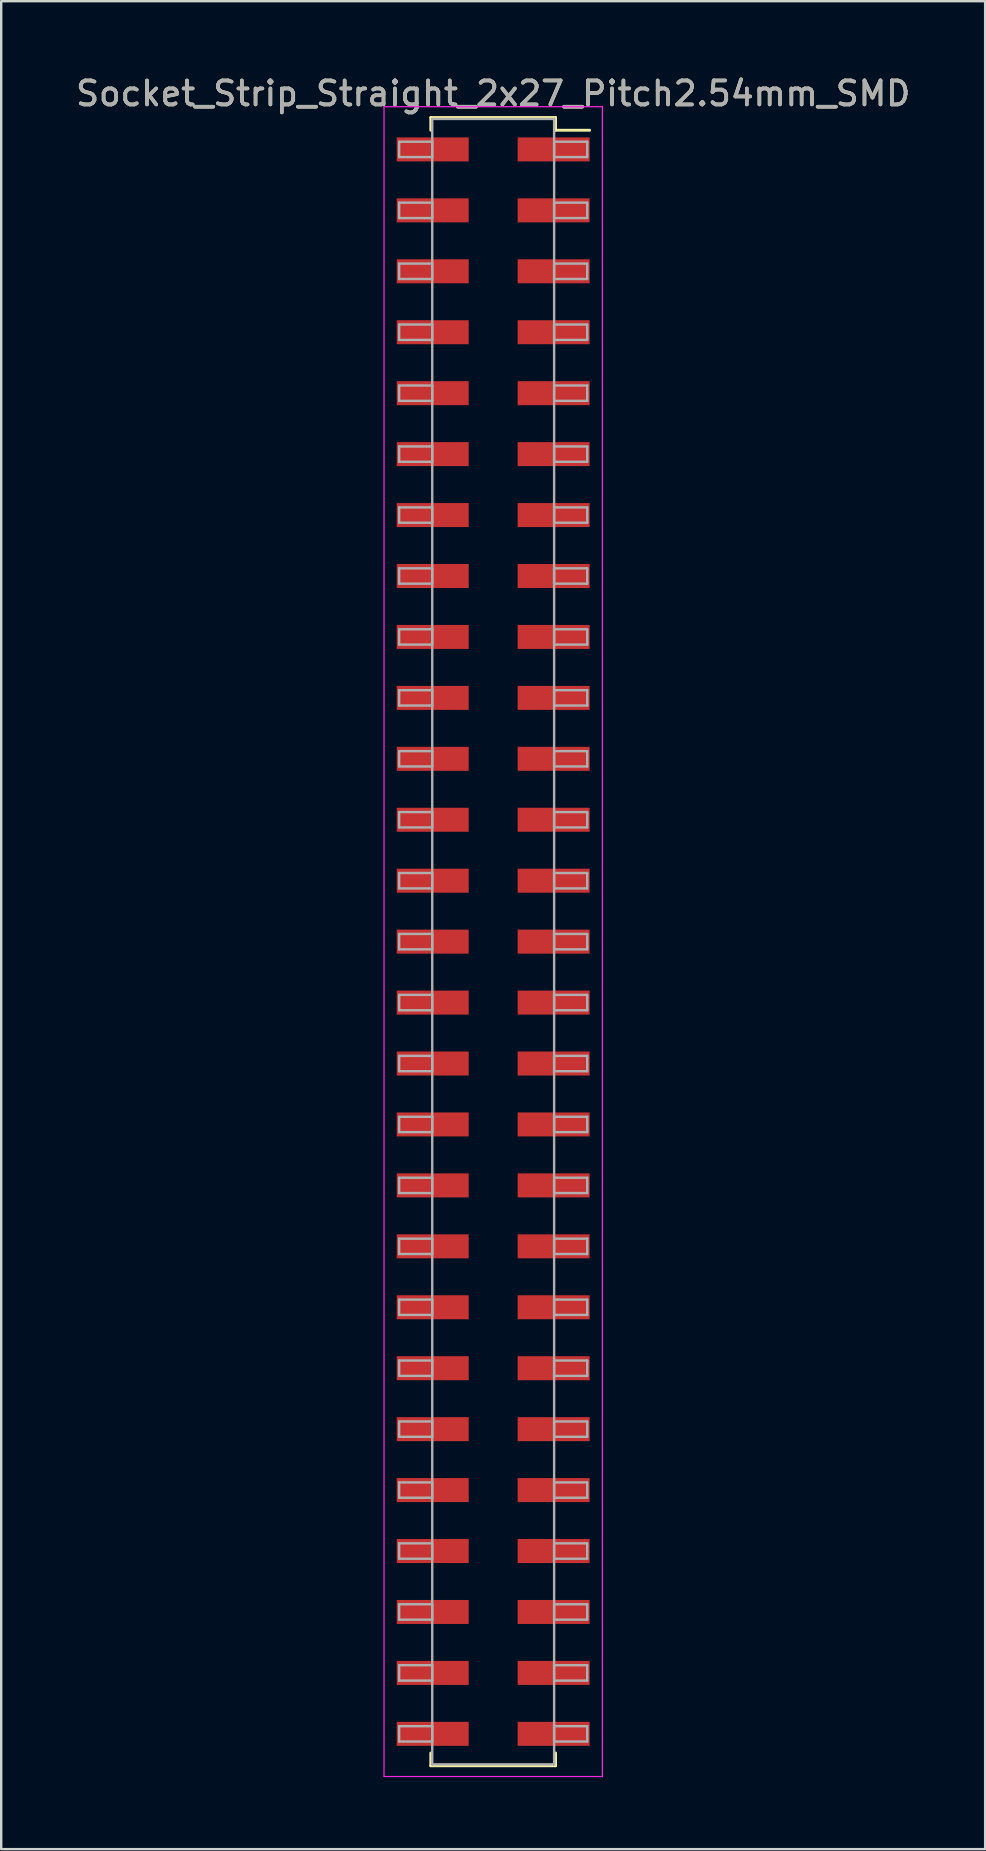
<source format=kicad_pcb>
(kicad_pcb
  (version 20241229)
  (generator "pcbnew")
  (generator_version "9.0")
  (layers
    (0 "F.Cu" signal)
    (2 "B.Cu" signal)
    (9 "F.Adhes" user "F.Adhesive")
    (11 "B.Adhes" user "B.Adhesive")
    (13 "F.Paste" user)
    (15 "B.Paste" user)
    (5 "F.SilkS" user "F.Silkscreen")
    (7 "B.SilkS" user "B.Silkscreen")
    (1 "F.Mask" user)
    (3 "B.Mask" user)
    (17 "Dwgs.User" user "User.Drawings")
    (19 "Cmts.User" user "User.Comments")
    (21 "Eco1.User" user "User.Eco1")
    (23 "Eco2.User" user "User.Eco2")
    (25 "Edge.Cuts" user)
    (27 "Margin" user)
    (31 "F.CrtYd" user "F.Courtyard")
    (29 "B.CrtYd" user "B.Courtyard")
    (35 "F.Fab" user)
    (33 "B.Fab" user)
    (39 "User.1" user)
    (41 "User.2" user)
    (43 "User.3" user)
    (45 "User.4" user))
  (footprint "Socket_Strip_Straight_2x27_Pitch2.54mm_SMD"
    (layer "F.Cu")
    (at 17.506 36.198)
    (property "Reference" "Socket_Strip_Straight_2x27_Pitch2.54mm_SMD" (at 0 -35.35 0) (layer "F.SilkS") (effects (font (size 1 1) (thickness 0.15))))
    (attr smd)
    (fp_line (start -2.6 -34.35) (end 2.6 -34.35) (stroke (width 0.12) (type solid)) (layer "F.SilkS"))
    (fp_line (start -2.6 -33.82) (end -2.6 -34.35) (stroke (width 0.12) (type solid)) (layer "F.SilkS"))
    (fp_line (start -2.6 33.82) (end -2.6 34.35) (stroke (width 0.12) (type solid)) (layer "F.SilkS"))
    (fp_line (start -2.6 34.35) (end 2.6 34.35) (stroke (width 0.12) (type solid)) (layer "F.SilkS"))
    (fp_line (start 2.6 -34.35) (end 2.6 -33.82) (stroke (width 0.12) (type solid)) (layer "F.SilkS"))
    (fp_line (start 2.6 34.35) (end 2.6 33.82) (stroke (width 0.12) (type solid)) (layer "F.SilkS"))
    (fp_line (start 4.02 -33.82) (end 2.6 -33.82) (stroke (width 0.12) (type solid)) (layer "F.SilkS"))
    (fp_line (start -4.55 -34.8) (end -4.55 34.8) (stroke (width 0.05) (type solid)) (layer "F.CrtYd"))
    (fp_line (start -4.55 34.8) (end 4.55 34.8) (stroke (width 0.05) (type solid)) (layer "F.CrtYd"))
    (fp_line (start 4.55 -34.8) (end -4.55 -34.8) (stroke (width 0.05) (type solid)) (layer "F.CrtYd"))
    (fp_line (start 4.55 34.8) (end 4.55 -34.8) (stroke (width 0.05) (type solid)) (layer "F.CrtYd"))
    (fp_line (start -3.92 -33.34) (end -2.54 -33.34) (stroke (width 0.1) (type solid)) (layer "F.Fab"))
    (fp_line (start -3.92 -32.7) (end -3.92 -33.34) (stroke (width 0.1) (type solid)) (layer "F.Fab"))
    (fp_line (start -3.92 -30.8) (end -2.54 -30.8) (stroke (width 0.1) (type solid)) (layer "F.Fab"))
    (fp_line (start -3.92 -30.16) (end -3.92 -30.8) (stroke (width 0.1) (type solid)) (layer "F.Fab"))
    (fp_line (start -3.92 -28.26) (end -2.54 -28.26) (stroke (width 0.1) (type solid)) (layer "F.Fab"))
    (fp_line (start -3.92 -27.62) (end -3.92 -28.26) (stroke (width 0.1) (type solid)) (layer "F.Fab"))
    (fp_line (start -3.92 -25.72) (end -2.54 -25.72) (stroke (width 0.1) (type solid)) (layer "F.Fab"))
    (fp_line (start -3.92 -25.08) (end -3.92 -25.72) (stroke (width 0.1) (type solid)) (layer "F.Fab"))
    (fp_line (start -3.92 -23.18) (end -2.54 -23.18) (stroke (width 0.1) (type solid)) (layer "F.Fab"))
    (fp_line (start -3.92 -22.54) (end -3.92 -23.18) (stroke (width 0.1) (type solid)) (layer "F.Fab"))
    (fp_line (start -3.92 -20.64) (end -2.54 -20.64) (stroke (width 0.1) (type solid)) (layer "F.Fab"))
    (fp_line (start -3.92 -20) (end -3.92 -20.64) (stroke (width 0.1) (type solid)) (layer "F.Fab"))
    (fp_line (start -3.92 -18.1) (end -2.54 -18.1) (stroke (width 0.1) (type solid)) (layer "F.Fab"))
    (fp_line (start -3.92 -17.46) (end -3.92 -18.1) (stroke (width 0.1) (type solid)) (layer "F.Fab"))
    (fp_line (start -3.92 -15.56) (end -2.54 -15.56) (stroke (width 0.1) (type solid)) (layer "F.Fab"))
    (fp_line (start -3.92 -14.92) (end -3.92 -15.56) (stroke (width 0.1) (type solid)) (layer "F.Fab"))
    (fp_line (start -3.92 -13.02) (end -2.54 -13.02) (stroke (width 0.1) (type solid)) (layer "F.Fab"))
    (fp_line (start -3.92 -12.38) (end -3.92 -13.02) (stroke (width 0.1) (type solid)) (layer "F.Fab"))
    (fp_line (start -3.92 -10.48) (end -2.54 -10.48) (stroke (width 0.1) (type solid)) (layer "F.Fab"))
    (fp_line (start -3.92 -9.84) (end -3.92 -10.48) (stroke (width 0.1) (type solid)) (layer "F.Fab"))
    (fp_line (start -3.92 -7.94) (end -2.54 -7.94) (stroke (width 0.1) (type solid)) (layer "F.Fab"))
    (fp_line (start -3.92 -7.3) (end -3.92 -7.94) (stroke (width 0.1) (type solid)) (layer "F.Fab"))
    (fp_line (start -3.92 -5.4) (end -2.54 -5.4) (stroke (width 0.1) (type solid)) (layer "F.Fab"))
    (fp_line (start -3.92 -4.76) (end -3.92 -5.4) (stroke (width 0.1) (type solid)) (layer "F.Fab"))
    (fp_line (start -3.92 -2.86) (end -2.54 -2.86) (stroke (width 0.1) (type solid)) (layer "F.Fab"))
    (fp_line (start -3.92 -2.22) (end -3.92 -2.86) (stroke (width 0.1) (type solid)) (layer "F.Fab"))
    (fp_line (start -3.92 -0.32) (end -2.54 -0.32) (stroke (width 0.1) (type solid)) (layer "F.Fab"))
    (fp_line (start -3.92 0.32) (end -3.92 -0.32) (stroke (width 0.1) (type solid)) (layer "F.Fab"))
    (fp_line (start -3.92 2.22) (end -2.54 2.22) (stroke (width 0.1) (type solid)) (layer "F.Fab"))
    (fp_line (start -3.92 2.86) (end -3.92 2.22) (stroke (width 0.1) (type solid)) (layer "F.Fab"))
    (fp_line (start -3.92 4.76) (end -2.54 4.76) (stroke (width 0.1) (type solid)) (layer "F.Fab"))
    (fp_line (start -3.92 5.4) (end -3.92 4.76) (stroke (width 0.1) (type solid)) (layer "F.Fab"))
    (fp_line (start -3.92 7.3) (end -2.54 7.3) (stroke (width 0.1) (type solid)) (layer "F.Fab"))
    (fp_line (start -3.92 7.94) (end -3.92 7.3) (stroke (width 0.1) (type solid)) (layer "F.Fab"))
    (fp_line (start -3.92 9.84) (end -2.54 9.84) (stroke (width 0.1) (type solid)) (layer "F.Fab"))
    (fp_line (start -3.92 10.48) (end -3.92 9.84) (stroke (width 0.1) (type solid)) (layer "F.Fab"))
    (fp_line (start -3.92 12.38) (end -2.54 12.38) (stroke (width 0.1) (type solid)) (layer "F.Fab"))
    (fp_line (start -3.92 13.02) (end -3.92 12.38) (stroke (width 0.1) (type solid)) (layer "F.Fab"))
    (fp_line (start -3.92 14.92) (end -2.54 14.92) (stroke (width 0.1) (type solid)) (layer "F.Fab"))
    (fp_line (start -3.92 15.56) (end -3.92 14.92) (stroke (width 0.1) (type solid)) (layer "F.Fab"))
    (fp_line (start -3.92 17.46) (end -2.54 17.46) (stroke (width 0.1) (type solid)) (layer "F.Fab"))
    (fp_line (start -3.92 18.1) (end -3.92 17.46) (stroke (width 0.1) (type solid)) (layer "F.Fab"))
    (fp_line (start -3.92 20) (end -2.54 20) (stroke (width 0.1) (type solid)) (layer "F.Fab"))
    (fp_line (start -3.92 20.64) (end -3.92 20) (stroke (width 0.1) (type solid)) (layer "F.Fab"))
    (fp_line (start -3.92 22.54) (end -2.54 22.54) (stroke (width 0.1) (type solid)) (layer "F.Fab"))
    (fp_line (start -3.92 23.18) (end -3.92 22.54) (stroke (width 0.1) (type solid)) (layer "F.Fab"))
    (fp_line (start -3.92 25.08) (end -2.54 25.08) (stroke (width 0.1) (type solid)) (layer "F.Fab"))
    (fp_line (start -3.92 25.72) (end -3.92 25.08) (stroke (width 0.1) (type solid)) (layer "F.Fab"))
    (fp_line (start -3.92 27.62) (end -2.54 27.62) (stroke (width 0.1) (type solid)) (layer "F.Fab"))
    (fp_line (start -3.92 28.26) (end -3.92 27.62) (stroke (width 0.1) (type solid)) (layer "F.Fab"))
    (fp_line (start -3.92 30.16) (end -2.54 30.16) (stroke (width 0.1) (type solid)) (layer "F.Fab"))
    (fp_line (start -3.92 30.8) (end -3.92 30.16) (stroke (width 0.1) (type solid)) (layer "F.Fab"))
    (fp_line (start -3.92 32.7) (end -2.54 32.7) (stroke (width 0.1) (type solid)) (layer "F.Fab"))
    (fp_line (start -3.92 33.34) (end -3.92 32.7) (stroke (width 0.1) (type solid)) (layer "F.Fab"))
    (fp_line (start -2.54 -34.29) (end -2.54 34.29) (stroke (width 0.1) (type solid)) (layer "F.Fab"))
    (fp_line (start -2.54 -33.34) (end -2.54 -32.7) (stroke (width 0.1) (type solid)) (layer "F.Fab"))
    (fp_line (start -2.54 -32.7) (end -3.92 -32.7) (stroke (width 0.1) (type solid)) (layer "F.Fab"))
    (fp_line (start -2.54 -30.8) (end -2.54 -30.16) (stroke (width 0.1) (type solid)) (layer "F.Fab"))
    (fp_line (start -2.54 -30.16) (end -3.92 -30.16) (stroke (width 0.1) (type solid)) (layer "F.Fab"))
    (fp_line (start -2.54 -28.26) (end -2.54 -27.62) (stroke (width 0.1) (type solid)) (layer "F.Fab"))
    (fp_line (start -2.54 -27.62) (end -3.92 -27.62) (stroke (width 0.1) (type solid)) (layer "F.Fab"))
    (fp_line (start -2.54 -25.72) (end -2.54 -25.08) (stroke (width 0.1) (type solid)) (layer "F.Fab"))
    (fp_line (start -2.54 -25.08) (end -3.92 -25.08) (stroke (width 0.1) (type solid)) (layer "F.Fab"))
    (fp_line (start -2.54 -23.18) (end -2.54 -22.54) (stroke (width 0.1) (type solid)) (layer "F.Fab"))
    (fp_line (start -2.54 -22.54) (end -3.92 -22.54) (stroke (width 0.1) (type solid)) (layer "F.Fab"))
    (fp_line (start -2.54 -20.64) (end -2.54 -20) (stroke (width 0.1) (type solid)) (layer "F.Fab"))
    (fp_line (start -2.54 -20) (end -3.92 -20) (stroke (width 0.1) (type solid)) (layer "F.Fab"))
    (fp_line (start -2.54 -18.1) (end -2.54 -17.46) (stroke (width 0.1) (type solid)) (layer "F.Fab"))
    (fp_line (start -2.54 -17.46) (end -3.92 -17.46) (stroke (width 0.1) (type solid)) (layer "F.Fab"))
    (fp_line (start -2.54 -15.56) (end -2.54 -14.92) (stroke (width 0.1) (type solid)) (layer "F.Fab"))
    (fp_line (start -2.54 -14.92) (end -3.92 -14.92) (stroke (width 0.1) (type solid)) (layer "F.Fab"))
    (fp_line (start -2.54 -13.02) (end -2.54 -12.38) (stroke (width 0.1) (type solid)) (layer "F.Fab"))
    (fp_line (start -2.54 -12.38) (end -3.92 -12.38) (stroke (width 0.1) (type solid)) (layer "F.Fab"))
    (fp_line (start -2.54 -10.48) (end -2.54 -9.84) (stroke (width 0.1) (type solid)) (layer "F.Fab"))
    (fp_line (start -2.54 -9.84) (end -3.92 -9.84) (stroke (width 0.1) (type solid)) (layer "F.Fab"))
    (fp_line (start -2.54 -7.94) (end -2.54 -7.3) (stroke (width 0.1) (type solid)) (layer "F.Fab"))
    (fp_line (start -2.54 -7.3) (end -3.92 -7.3) (stroke (width 0.1) (type solid)) (layer "F.Fab"))
    (fp_line (start -2.54 -5.4) (end -2.54 -4.76) (stroke (width 0.1) (type solid)) (layer "F.Fab"))
    (fp_line (start -2.54 -4.76) (end -3.92 -4.76) (stroke (width 0.1) (type solid)) (layer "F.Fab"))
    (fp_line (start -2.54 -2.86) (end -2.54 -2.22) (stroke (width 0.1) (type solid)) (layer "F.Fab"))
    (fp_line (start -2.54 -2.22) (end -3.92 -2.22) (stroke (width 0.1) (type solid)) (layer "F.Fab"))
    (fp_line (start -2.54 -0.32) (end -2.54 0.32) (stroke (width 0.1) (type solid)) (layer "F.Fab"))
    (fp_line (start -2.54 0.32) (end -3.92 0.32) (stroke (width 0.1) (type solid)) (layer "F.Fab"))
    (fp_line (start -2.54 2.22) (end -2.54 2.86) (stroke (width 0.1) (type solid)) (layer "F.Fab"))
    (fp_line (start -2.54 2.86) (end -3.92 2.86) (stroke (width 0.1) (type solid)) (layer "F.Fab"))
    (fp_line (start -2.54 4.76) (end -2.54 5.4) (stroke (width 0.1) (type solid)) (layer "F.Fab"))
    (fp_line (start -2.54 5.4) (end -3.92 5.4) (stroke (width 0.1) (type solid)) (layer "F.Fab"))
    (fp_line (start -2.54 7.3) (end -2.54 7.94) (stroke (width 0.1) (type solid)) (layer "F.Fab"))
    (fp_line (start -2.54 7.94) (end -3.92 7.94) (stroke (width 0.1) (type solid)) (layer "F.Fab"))
    (fp_line (start -2.54 9.84) (end -2.54 10.48) (stroke (width 0.1) (type solid)) (layer "F.Fab"))
    (fp_line (start -2.54 10.48) (end -3.92 10.48) (stroke (width 0.1) (type solid)) (layer "F.Fab"))
    (fp_line (start -2.54 12.38) (end -2.54 13.02) (stroke (width 0.1) (type solid)) (layer "F.Fab"))
    (fp_line (start -2.54 13.02) (end -3.92 13.02) (stroke (width 0.1) (type solid)) (layer "F.Fab"))
    (fp_line (start -2.54 14.92) (end -2.54 15.56) (stroke (width 0.1) (type solid)) (layer "F.Fab"))
    (fp_line (start -2.54 15.56) (end -3.92 15.56) (stroke (width 0.1) (type solid)) (layer "F.Fab"))
    (fp_line (start -2.54 17.46) (end -2.54 18.1) (stroke (width 0.1) (type solid)) (layer "F.Fab"))
    (fp_line (start -2.54 18.1) (end -3.92 18.1) (stroke (width 0.1) (type solid)) (layer "F.Fab"))
    (fp_line (start -2.54 20) (end -2.54 20.64) (stroke (width 0.1) (type solid)) (layer "F.Fab"))
    (fp_line (start -2.54 20.64) (end -3.92 20.64) (stroke (width 0.1) (type solid)) (layer "F.Fab"))
    (fp_line (start -2.54 22.54) (end -2.54 23.18) (stroke (width 0.1) (type solid)) (layer "F.Fab"))
    (fp_line (start -2.54 23.18) (end -3.92 23.18) (stroke (width 0.1) (type solid)) (layer "F.Fab"))
    (fp_line (start -2.54 25.08) (end -2.54 25.72) (stroke (width 0.1) (type solid)) (layer "F.Fab"))
    (fp_line (start -2.54 25.72) (end -3.92 25.72) (stroke (width 0.1) (type solid)) (layer "F.Fab"))
    (fp_line (start -2.54 27.62) (end -2.54 28.26) (stroke (width 0.1) (type solid)) (layer "F.Fab"))
    (fp_line (start -2.54 28.26) (end -3.92 28.26) (stroke (width 0.1) (type solid)) (layer "F.Fab"))
    (fp_line (start -2.54 30.16) (end -2.54 30.8) (stroke (width 0.1) (type solid)) (layer "F.Fab"))
    (fp_line (start -2.54 30.8) (end -3.92 30.8) (stroke (width 0.1) (type solid)) (layer "F.Fab"))
    (fp_line (start -2.54 32.7) (end -2.54 33.34) (stroke (width 0.1) (type solid)) (layer "F.Fab"))
    (fp_line (start -2.54 33.34) (end -3.92 33.34) (stroke (width 0.1) (type solid)) (layer "F.Fab"))
    (fp_line (start -2.54 34.29) (end 2.54 34.29) (stroke (width 0.1) (type solid)) (layer "F.Fab"))
    (fp_line (start 2.54 -34.29) (end -2.54 -34.29) (stroke (width 0.1) (type solid)) (layer "F.Fab"))
    (fp_line (start 2.54 -33.34) (end 2.54 -32.7) (stroke (width 0.1) (type solid)) (layer "F.Fab"))
    (fp_line (start 2.54 -32.7) (end 3.92 -32.7) (stroke (width 0.1) (type solid)) (layer "F.Fab"))
    (fp_line (start 2.54 -30.8) (end 2.54 -30.16) (stroke (width 0.1) (type solid)) (layer "F.Fab"))
    (fp_line (start 2.54 -30.16) (end 3.92 -30.16) (stroke (width 0.1) (type solid)) (layer "F.Fab"))
    (fp_line (start 2.54 -28.26) (end 2.54 -27.62) (stroke (width 0.1) (type solid)) (layer "F.Fab"))
    (fp_line (start 2.54 -27.62) (end 3.92 -27.62) (stroke (width 0.1) (type solid)) (layer "F.Fab"))
    (fp_line (start 2.54 -25.72) (end 2.54 -25.08) (stroke (width 0.1) (type solid)) (layer "F.Fab"))
    (fp_line (start 2.54 -25.08) (end 3.92 -25.08) (stroke (width 0.1) (type solid)) (layer "F.Fab"))
    (fp_line (start 2.54 -23.18) (end 2.54 -22.54) (stroke (width 0.1) (type solid)) (layer "F.Fab"))
    (fp_line (start 2.54 -22.54) (end 3.92 -22.54) (stroke (width 0.1) (type solid)) (layer "F.Fab"))
    (fp_line (start 2.54 -20.64) (end 2.54 -20) (stroke (width 0.1) (type solid)) (layer "F.Fab"))
    (fp_line (start 2.54 -20) (end 3.92 -20) (stroke (width 0.1) (type solid)) (layer "F.Fab"))
    (fp_line (start 2.54 -18.1) (end 2.54 -17.46) (stroke (width 0.1) (type solid)) (layer "F.Fab"))
    (fp_line (start 2.54 -17.46) (end 3.92 -17.46) (stroke (width 0.1) (type solid)) (layer "F.Fab"))
    (fp_line (start 2.54 -15.56) (end 2.54 -14.92) (stroke (width 0.1) (type solid)) (layer "F.Fab"))
    (fp_line (start 2.54 -14.92) (end 3.92 -14.92) (stroke (width 0.1) (type solid)) (layer "F.Fab"))
    (fp_line (start 2.54 -13.02) (end 2.54 -12.38) (stroke (width 0.1) (type solid)) (layer "F.Fab"))
    (fp_line (start 2.54 -12.38) (end 3.92 -12.38) (stroke (width 0.1) (type solid)) (layer "F.Fab"))
    (fp_line (start 2.54 -10.48) (end 2.54 -9.84) (stroke (width 0.1) (type solid)) (layer "F.Fab"))
    (fp_line (start 2.54 -9.84) (end 3.92 -9.84) (stroke (width 0.1) (type solid)) (layer "F.Fab"))
    (fp_line (start 2.54 -7.94) (end 2.54 -7.3) (stroke (width 0.1) (type solid)) (layer "F.Fab"))
    (fp_line (start 2.54 -7.3) (end 3.92 -7.3) (stroke (width 0.1) (type solid)) (layer "F.Fab"))
    (fp_line (start 2.54 -5.4) (end 2.54 -4.76) (stroke (width 0.1) (type solid)) (layer "F.Fab"))
    (fp_line (start 2.54 -4.76) (end 3.92 -4.76) (stroke (width 0.1) (type solid)) (layer "F.Fab"))
    (fp_line (start 2.54 -2.86) (end 2.54 -2.22) (stroke (width 0.1) (type solid)) (layer "F.Fab"))
    (fp_line (start 2.54 -2.22) (end 3.92 -2.22) (stroke (width 0.1) (type solid)) (layer "F.Fab"))
    (fp_line (start 2.54 -0.32) (end 2.54 0.32) (stroke (width 0.1) (type solid)) (layer "F.Fab"))
    (fp_line (start 2.54 0.32) (end 3.92 0.32) (stroke (width 0.1) (type solid)) (layer "F.Fab"))
    (fp_line (start 2.54 2.22) (end 2.54 2.86) (stroke (width 0.1) (type solid)) (layer "F.Fab"))
    (fp_line (start 2.54 2.86) (end 3.92 2.86) (stroke (width 0.1) (type solid)) (layer "F.Fab"))
    (fp_line (start 2.54 4.76) (end 2.54 5.4) (stroke (width 0.1) (type solid)) (layer "F.Fab"))
    (fp_line (start 2.54 5.4) (end 3.92 5.4) (stroke (width 0.1) (type solid)) (layer "F.Fab"))
    (fp_line (start 2.54 7.3) (end 2.54 7.94) (stroke (width 0.1) (type solid)) (layer "F.Fab"))
    (fp_line (start 2.54 7.94) (end 3.92 7.94) (stroke (width 0.1) (type solid)) (layer "F.Fab"))
    (fp_line (start 2.54 9.84) (end 2.54 10.48) (stroke (width 0.1) (type solid)) (layer "F.Fab"))
    (fp_line (start 2.54 10.48) (end 3.92 10.48) (stroke (width 0.1) (type solid)) (layer "F.Fab"))
    (fp_line (start 2.54 12.38) (end 2.54 13.02) (stroke (width 0.1) (type solid)) (layer "F.Fab"))
    (fp_line (start 2.54 13.02) (end 3.92 13.02) (stroke (width 0.1) (type solid)) (layer "F.Fab"))
    (fp_line (start 2.54 14.92) (end 2.54 15.56) (stroke (width 0.1) (type solid)) (layer "F.Fab"))
    (fp_line (start 2.54 15.56) (end 3.92 15.56) (stroke (width 0.1) (type solid)) (layer "F.Fab"))
    (fp_line (start 2.54 17.46) (end 2.54 18.1) (stroke (width 0.1) (type solid)) (layer "F.Fab"))
    (fp_line (start 2.54 18.1) (end 3.92 18.1) (stroke (width 0.1) (type solid)) (layer "F.Fab"))
    (fp_line (start 2.54 20) (end 2.54 20.64) (stroke (width 0.1) (type solid)) (layer "F.Fab"))
    (fp_line (start 2.54 20.64) (end 3.92 20.64) (stroke (width 0.1) (type solid)) (layer "F.Fab"))
    (fp_line (start 2.54 22.54) (end 2.54 23.18) (stroke (width 0.1) (type solid)) (layer "F.Fab"))
    (fp_line (start 2.54 23.18) (end 3.92 23.18) (stroke (width 0.1) (type solid)) (layer "F.Fab"))
    (fp_line (start 2.54 25.08) (end 2.54 25.72) (stroke (width 0.1) (type solid)) (layer "F.Fab"))
    (fp_line (start 2.54 25.72) (end 3.92 25.72) (stroke (width 0.1) (type solid)) (layer "F.Fab"))
    (fp_line (start 2.54 27.62) (end 2.54 28.26) (stroke (width 0.1) (type solid)) (layer "F.Fab"))
    (fp_line (start 2.54 28.26) (end 3.92 28.26) (stroke (width 0.1) (type solid)) (layer "F.Fab"))
    (fp_line (start 2.54 30.16) (end 2.54 30.8) (stroke (width 0.1) (type solid)) (layer "F.Fab"))
    (fp_line (start 2.54 30.8) (end 3.92 30.8) (stroke (width 0.1) (type solid)) (layer "F.Fab"))
    (fp_line (start 2.54 32.7) (end 2.54 33.34) (stroke (width 0.1) (type solid)) (layer "F.Fab"))
    (fp_line (start 2.54 33.34) (end 3.92 33.34) (stroke (width 0.1) (type solid)) (layer "F.Fab"))
    (fp_line (start 2.54 34.29) (end 2.54 -34.29) (stroke (width 0.1) (type solid)) (layer "F.Fab"))
    (fp_line (start 3.92 -33.34) (end 2.54 -33.34) (stroke (width 0.1) (type solid)) (layer "F.Fab"))
    (fp_line (start 3.92 -32.7) (end 3.92 -33.34) (stroke (width 0.1) (type solid)) (layer "F.Fab"))
    (fp_line (start 3.92 -30.8) (end 2.54 -30.8) (stroke (width 0.1) (type solid)) (layer "F.Fab"))
    (fp_line (start 3.92 -30.16) (end 3.92 -30.8) (stroke (width 0.1) (type solid)) (layer "F.Fab"))
    (fp_line (start 3.92 -28.26) (end 2.54 -28.26) (stroke (width 0.1) (type solid)) (layer "F.Fab"))
    (fp_line (start 3.92 -27.62) (end 3.92 -28.26) (stroke (width 0.1) (type solid)) (layer "F.Fab"))
    (fp_line (start 3.92 -25.72) (end 2.54 -25.72) (stroke (width 0.1) (type solid)) (layer "F.Fab"))
    (fp_line (start 3.92 -25.08) (end 3.92 -25.72) (stroke (width 0.1) (type solid)) (layer "F.Fab"))
    (fp_line (start 3.92 -23.18) (end 2.54 -23.18) (stroke (width 0.1) (type solid)) (layer "F.Fab"))
    (fp_line (start 3.92 -22.54) (end 3.92 -23.18) (stroke (width 0.1) (type solid)) (layer "F.Fab"))
    (fp_line (start 3.92 -20.64) (end 2.54 -20.64) (stroke (width 0.1) (type solid)) (layer "F.Fab"))
    (fp_line (start 3.92 -20) (end 3.92 -20.64) (stroke (width 0.1) (type solid)) (layer "F.Fab"))
    (fp_line (start 3.92 -18.1) (end 2.54 -18.1) (stroke (width 0.1) (type solid)) (layer "F.Fab"))
    (fp_line (start 3.92 -17.46) (end 3.92 -18.1) (stroke (width 0.1) (type solid)) (layer "F.Fab"))
    (fp_line (start 3.92 -15.56) (end 2.54 -15.56) (stroke (width 0.1) (type solid)) (layer "F.Fab"))
    (fp_line (start 3.92 -14.92) (end 3.92 -15.56) (stroke (width 0.1) (type solid)) (layer "F.Fab"))
    (fp_line (start 3.92 -13.02) (end 2.54 -13.02) (stroke (width 0.1) (type solid)) (layer "F.Fab"))
    (fp_line (start 3.92 -12.38) (end 3.92 -13.02) (stroke (width 0.1) (type solid)) (layer "F.Fab"))
    (fp_line (start 3.92 -10.48) (end 2.54 -10.48) (stroke (width 0.1) (type solid)) (layer "F.Fab"))
    (fp_line (start 3.92 -9.84) (end 3.92 -10.48) (stroke (width 0.1) (type solid)) (layer "F.Fab"))
    (fp_line (start 3.92 -7.94) (end 2.54 -7.94) (stroke (width 0.1) (type solid)) (layer "F.Fab"))
    (fp_line (start 3.92 -7.3) (end 3.92 -7.94) (stroke (width 0.1) (type solid)) (layer "F.Fab"))
    (fp_line (start 3.92 -5.4) (end 2.54 -5.4) (stroke (width 0.1) (type solid)) (layer "F.Fab"))
    (fp_line (start 3.92 -4.76) (end 3.92 -5.4) (stroke (width 0.1) (type solid)) (layer "F.Fab"))
    (fp_line (start 3.92 -2.86) (end 2.54 -2.86) (stroke (width 0.1) (type solid)) (layer "F.Fab"))
    (fp_line (start 3.92 -2.22) (end 3.92 -2.86) (stroke (width 0.1) (type solid)) (layer "F.Fab"))
    (fp_line (start 3.92 -0.32) (end 2.54 -0.32) (stroke (width 0.1) (type solid)) (layer "F.Fab"))
    (fp_line (start 3.92 0.32) (end 3.92 -0.32) (stroke (width 0.1) (type solid)) (layer "F.Fab"))
    (fp_line (start 3.92 2.22) (end 2.54 2.22) (stroke (width 0.1) (type solid)) (layer "F.Fab"))
    (fp_line (start 3.92 2.86) (end 3.92 2.22) (stroke (width 0.1) (type solid)) (layer "F.Fab"))
    (fp_line (start 3.92 4.76) (end 2.54 4.76) (stroke (width 0.1) (type solid)) (layer "F.Fab"))
    (fp_line (start 3.92 5.4) (end 3.92 4.76) (stroke (width 0.1) (type solid)) (layer "F.Fab"))
    (fp_line (start 3.92 7.3) (end 2.54 7.3) (stroke (width 0.1) (type solid)) (layer "F.Fab"))
    (fp_line (start 3.92 7.94) (end 3.92 7.3) (stroke (width 0.1) (type solid)) (layer "F.Fab"))
    (fp_line (start 3.92 9.84) (end 2.54 9.84) (stroke (width 0.1) (type solid)) (layer "F.Fab"))
    (fp_line (start 3.92 10.48) (end 3.92 9.84) (stroke (width 0.1) (type solid)) (layer "F.Fab"))
    (fp_line (start 3.92 12.38) (end 2.54 12.38) (stroke (width 0.1) (type solid)) (layer "F.Fab"))
    (fp_line (start 3.92 13.02) (end 3.92 12.38) (stroke (width 0.1) (type solid)) (layer "F.Fab"))
    (fp_line (start 3.92 14.92) (end 2.54 14.92) (stroke (width 0.1) (type solid)) (layer "F.Fab"))
    (fp_line (start 3.92 15.56) (end 3.92 14.92) (stroke (width 0.1) (type solid)) (layer "F.Fab"))
    (fp_line (start 3.92 17.46) (end 2.54 17.46) (stroke (width 0.1) (type solid)) (layer "F.Fab"))
    (fp_line (start 3.92 18.1) (end 3.92 17.46) (stroke (width 0.1) (type solid)) (layer "F.Fab"))
    (fp_line (start 3.92 20) (end 2.54 20) (stroke (width 0.1) (type solid)) (layer "F.Fab"))
    (fp_line (start 3.92 20.64) (end 3.92 20) (stroke (width 0.1) (type solid)) (layer "F.Fab"))
    (fp_line (start 3.92 22.54) (end 2.54 22.54) (stroke (width 0.1) (type solid)) (layer "F.Fab"))
    (fp_line (start 3.92 23.18) (end 3.92 22.54) (stroke (width 0.1) (type solid)) (layer "F.Fab"))
    (fp_line (start 3.92 25.08) (end 2.54 25.08) (stroke (width 0.1) (type solid)) (layer "F.Fab"))
    (fp_line (start 3.92 25.72) (end 3.92 25.08) (stroke (width 0.1) (type solid)) (layer "F.Fab"))
    (fp_line (start 3.92 27.62) (end 2.54 27.62) (stroke (width 0.1) (type solid)) (layer "F.Fab"))
    (fp_line (start 3.92 28.26) (end 3.92 27.62) (stroke (width 0.1) (type solid)) (layer "F.Fab"))
    (fp_line (start 3.92 30.16) (end 2.54 30.16) (stroke (width 0.1) (type solid)) (layer "F.Fab"))
    (fp_line (start 3.92 30.8) (end 3.92 30.16) (stroke (width 0.1) (type solid)) (layer "F.Fab"))
    (fp_line (start 3.92 32.7) (end 2.54 32.7) (stroke (width 0.1) (type solid)) (layer "F.Fab"))
    (fp_line (start 3.92 33.34) (end 3.92 32.7) (stroke (width 0.1) (type solid)) (layer "F.Fab"))
    (fp_text user "${REFERENCE}" (at 0 -35.35 0) (layer "F.Fab") (effects (font (size 1 1) (thickness 0.15))))
    (pad "1" smd rect (at 2.52 -33.02) (size 3 1) (layers "F.Cu" "F.Mask" "F.Paste"))
    (pad "2" smd rect (at -2.52 -33.02) (size 3 1) (layers "F.Cu" "F.Mask" "F.Paste"))
    (pad "3" smd rect (at 2.52 -30.48) (size 3 1) (layers "F.Cu" "F.Mask" "F.Paste"))
    (pad "4" smd rect (at -2.52 -30.48) (size 3 1) (layers "F.Cu" "F.Mask" "F.Paste"))
    (pad "5" smd rect (at 2.52 -27.94) (size 3 1) (layers "F.Cu" "F.Mask" "F.Paste"))
    (pad "6" smd rect (at -2.52 -27.94) (size 3 1) (layers "F.Cu" "F.Mask" "F.Paste"))
    (pad "7" smd rect (at 2.52 -25.4) (size 3 1) (layers "F.Cu" "F.Mask" "F.Paste"))
    (pad "8" smd rect (at -2.52 -25.4) (size 3 1) (layers "F.Cu" "F.Mask" "F.Paste"))
    (pad "9" smd rect (at 2.52 -22.86) (size 3 1) (layers "F.Cu" "F.Mask" "F.Paste"))
    (pad "10" smd rect (at -2.52 -22.86) (size 3 1) (layers "F.Cu" "F.Mask" "F.Paste"))
    (pad "11" smd rect (at 2.52 -20.32) (size 3 1) (layers "F.Cu" "F.Mask" "F.Paste"))
    (pad "12" smd rect (at -2.52 -20.32) (size 3 1) (layers "F.Cu" "F.Mask" "F.Paste"))
    (pad "13" smd rect (at 2.52 -17.78) (size 3 1) (layers "F.Cu" "F.Mask" "F.Paste"))
    (pad "14" smd rect (at -2.52 -17.78) (size 3 1) (layers "F.Cu" "F.Mask" "F.Paste"))
    (pad "15" smd rect (at 2.52 -15.24) (size 3 1) (layers "F.Cu" "F.Mask" "F.Paste"))
    (pad "16" smd rect (at -2.52 -15.24) (size 3 1) (layers "F.Cu" "F.Mask" "F.Paste"))
    (pad "17" smd rect (at 2.52 -12.7) (size 3 1) (layers "F.Cu" "F.Mask" "F.Paste"))
    (pad "18" smd rect (at -2.52 -12.7) (size 3 1) (layers "F.Cu" "F.Mask" "F.Paste"))
    (pad "19" smd rect (at 2.52 -10.16) (size 3 1) (layers "F.Cu" "F.Mask" "F.Paste"))
    (pad "20" smd rect (at -2.52 -10.16) (size 3 1) (layers "F.Cu" "F.Mask" "F.Paste"))
    (pad "21" smd rect (at 2.52 -7.62) (size 3 1) (layers "F.Cu" "F.Mask" "F.Paste"))
    (pad "22" smd rect (at -2.52 -7.62) (size 3 1) (layers "F.Cu" "F.Mask" "F.Paste"))
    (pad "23" smd rect (at 2.52 -5.08) (size 3 1) (layers "F.Cu" "F.Mask" "F.Paste"))
    (pad "24" smd rect (at -2.52 -5.08) (size 3 1) (layers "F.Cu" "F.Mask" "F.Paste"))
    (pad "25" smd rect (at 2.52 -2.54) (size 3 1) (layers "F.Cu" "F.Mask" "F.Paste"))
    (pad "26" smd rect (at -2.52 -2.54) (size 3 1) (layers "F.Cu" "F.Mask" "F.Paste"))
    (pad "27" smd rect (at 2.52 0) (size 3 1) (layers "F.Cu" "F.Mask" "F.Paste"))
    (pad "28" smd rect (at -2.52 0) (size 3 1) (layers "F.Cu" "F.Mask" "F.Paste"))
    (pad "29" smd rect (at 2.52 2.54) (size 3 1) (layers "F.Cu" "F.Mask" "F.Paste"))
    (pad "30" smd rect (at -2.52 2.54) (size 3 1) (layers "F.Cu" "F.Mask" "F.Paste"))
    (pad "31" smd rect (at 2.52 5.08) (size 3 1) (layers "F.Cu" "F.Mask" "F.Paste"))
    (pad "32" smd rect (at -2.52 5.08) (size 3 1) (layers "F.Cu" "F.Mask" "F.Paste"))
    (pad "33" smd rect (at 2.52 7.62) (size 3 1) (layers "F.Cu" "F.Mask" "F.Paste"))
    (pad "34" smd rect (at -2.52 7.62) (size 3 1) (layers "F.Cu" "F.Mask" "F.Paste"))
    (pad "35" smd rect (at 2.52 10.16) (size 3 1) (layers "F.Cu" "F.Mask" "F.Paste"))
    (pad "36" smd rect (at -2.52 10.16) (size 3 1) (layers "F.Cu" "F.Mask" "F.Paste"))
    (pad "37" smd rect (at 2.52 12.7) (size 3 1) (layers "F.Cu" "F.Mask" "F.Paste"))
    (pad "38" smd rect (at -2.52 12.7) (size 3 1) (layers "F.Cu" "F.Mask" "F.Paste"))
    (pad "39" smd rect (at 2.52 15.24) (size 3 1) (layers "F.Cu" "F.Mask" "F.Paste"))
    (pad "40" smd rect (at -2.52 15.24) (size 3 1) (layers "F.Cu" "F.Mask" "F.Paste"))
    (pad "41" smd rect (at 2.52 17.78) (size 3 1) (layers "F.Cu" "F.Mask" "F.Paste"))
    (pad "42" smd rect (at -2.52 17.78) (size 3 1) (layers "F.Cu" "F.Mask" "F.Paste"))
    (pad "43" smd rect (at 2.52 20.32) (size 3 1) (layers "F.Cu" "F.Mask" "F.Paste"))
    (pad "44" smd rect (at -2.52 20.32) (size 3 1) (layers "F.Cu" "F.Mask" "F.Paste"))
    (pad "45" smd rect (at 2.52 22.86) (size 3 1) (layers "F.Cu" "F.Mask" "F.Paste"))
    (pad "46" smd rect (at -2.52 22.86) (size 3 1) (layers "F.Cu" "F.Mask" "F.Paste"))
    (pad "47" smd rect (at 2.52 25.4) (size 3 1) (layers "F.Cu" "F.Mask" "F.Paste"))
    (pad "48" smd rect (at -2.52 25.4) (size 3 1) (layers "F.Cu" "F.Mask" "F.Paste"))
    (pad "49" smd rect (at 2.52 27.94) (size 3 1) (layers "F.Cu" "F.Mask" "F.Paste"))
    (pad "50" smd rect (at -2.52 27.94) (size 3 1) (layers "F.Cu" "F.Mask" "F.Paste"))
    (pad "51" smd rect (at 2.52 30.48) (size 3 1) (layers "F.Cu" "F.Mask" "F.Paste"))
    (pad "52" smd rect (at -2.52 30.48) (size 3 1) (layers "F.Cu" "F.Mask" "F.Paste"))
    (pad "53" smd rect (at 2.52 33.02) (size 3 1) (layers "F.Cu" "F.Mask" "F.Paste"))
    (pad "54" smd rect (at -2.52 33.02) (size 3 1) (layers "F.Cu" "F.Mask" "F.Paste")))
  (gr_rect
    (start -3 -3)
    (end 38.012 74.023)
    (stroke (width 0.1) (type default))
    (fill no)
    (layer "Edge.Cuts")))
</source>
